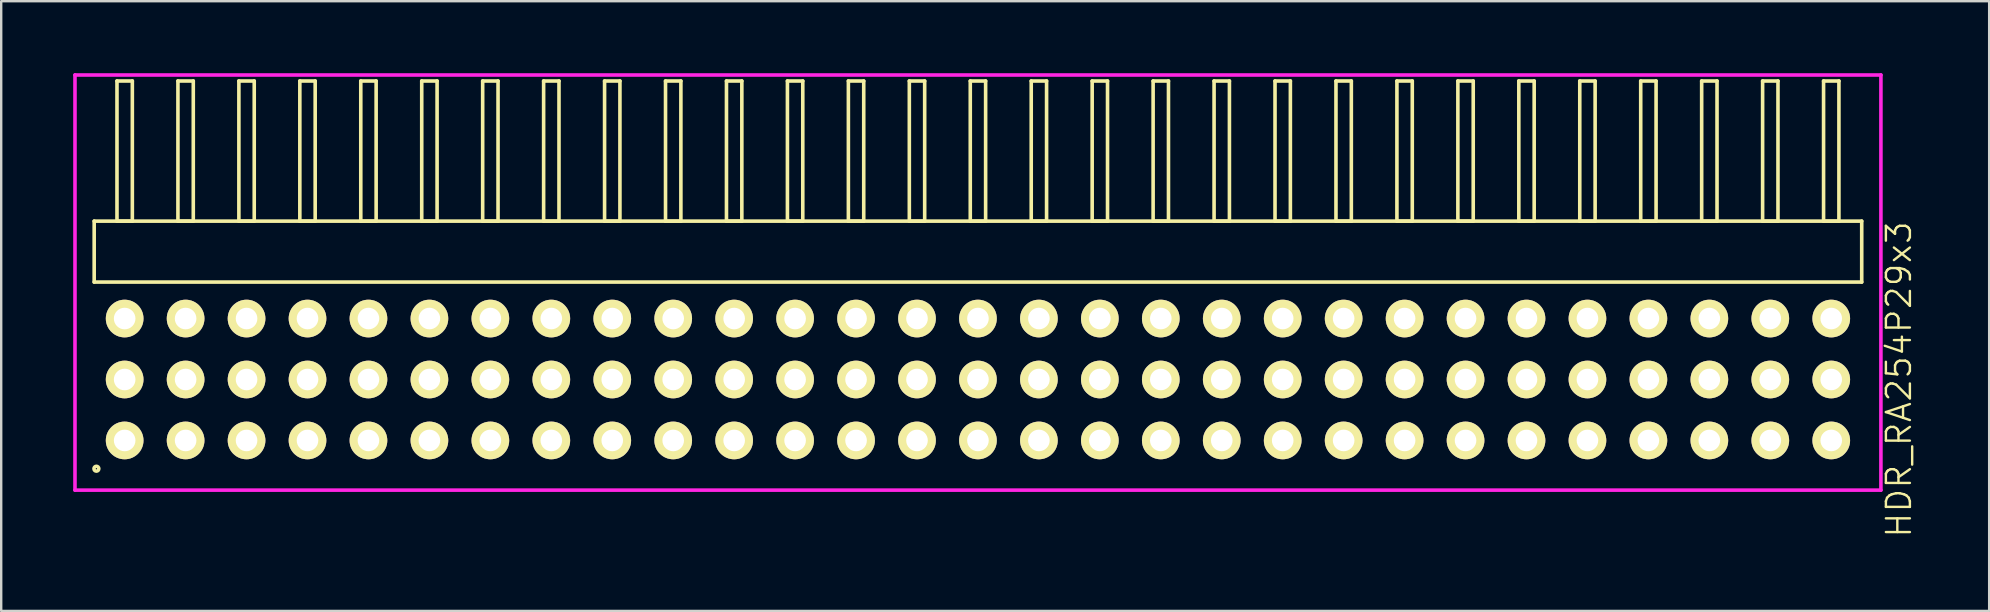
<source format=kicad_pcb>
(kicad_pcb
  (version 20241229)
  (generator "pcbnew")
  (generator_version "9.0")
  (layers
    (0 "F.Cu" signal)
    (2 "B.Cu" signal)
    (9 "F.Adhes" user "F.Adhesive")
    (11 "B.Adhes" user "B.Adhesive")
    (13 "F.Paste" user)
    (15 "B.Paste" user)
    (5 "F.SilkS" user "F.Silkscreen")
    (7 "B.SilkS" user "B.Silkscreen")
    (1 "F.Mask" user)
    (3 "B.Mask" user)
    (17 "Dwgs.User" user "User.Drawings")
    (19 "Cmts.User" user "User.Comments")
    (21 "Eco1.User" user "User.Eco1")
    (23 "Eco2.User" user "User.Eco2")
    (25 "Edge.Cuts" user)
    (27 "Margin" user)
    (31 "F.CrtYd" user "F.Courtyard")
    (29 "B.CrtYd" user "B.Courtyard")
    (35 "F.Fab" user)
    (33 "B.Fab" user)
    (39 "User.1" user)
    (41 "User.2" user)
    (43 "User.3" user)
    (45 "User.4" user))
  (footprint "HDR_RA254P29x3"
    (layer "F.Cu")
    (at 37.705 12.765)
    (property "Reference" "HDR_RA254P29x3" (at 38.38 0 90) (layer "F.SilkS") (effects (font (size 1 1) (thickness 0.1))))
    (attr through_hole)
    (fp_line (start -36.83 -6.6) (end -36.83 -4.06) (stroke (width 0.15) (type solid)) (layer "F.SilkS"))
    (fp_line (start -36.83 -4.06) (end 36.83 -4.06) (stroke (width 0.15) (type solid)) (layer "F.SilkS"))
    (fp_line (start -35.88 -12.44) (end -35.88 -6.6) (stroke (width 0.15) (type solid)) (layer "F.SilkS"))
    (fp_line (start -35.88 -6.6) (end -35.24 -6.6) (stroke (width 0.15) (type solid)) (layer "F.SilkS"))
    (fp_line (start -35.24 -12.44) (end -35.88 -12.44) (stroke (width 0.15) (type solid)) (layer "F.SilkS"))
    (fp_line (start -35.24 -6.6) (end -35.24 -12.44) (stroke (width 0.15) (type solid)) (layer "F.SilkS"))
    (fp_line (start -33.34 -12.44) (end -33.34 -6.6) (stroke (width 0.15) (type solid)) (layer "F.SilkS"))
    (fp_line (start -33.34 -6.6) (end -32.7 -6.6) (stroke (width 0.15) (type solid)) (layer "F.SilkS"))
    (fp_line (start -32.7 -12.44) (end -33.34 -12.44) (stroke (width 0.15) (type solid)) (layer "F.SilkS"))
    (fp_line (start -32.7 -6.6) (end -32.7 -12.44) (stroke (width 0.15) (type solid)) (layer "F.SilkS"))
    (fp_line (start -30.8 -12.44) (end -30.8 -6.6) (stroke (width 0.15) (type solid)) (layer "F.SilkS"))
    (fp_line (start -30.8 -6.6) (end -30.16 -6.6) (stroke (width 0.15) (type solid)) (layer "F.SilkS"))
    (fp_line (start -30.16 -12.44) (end -30.8 -12.44) (stroke (width 0.15) (type solid)) (layer "F.SilkS"))
    (fp_line (start -30.16 -6.6) (end -30.16 -12.44) (stroke (width 0.15) (type solid)) (layer "F.SilkS"))
    (fp_line (start -28.26 -12.44) (end -28.26 -6.6) (stroke (width 0.15) (type solid)) (layer "F.SilkS"))
    (fp_line (start -28.26 -6.6) (end -27.62 -6.6) (stroke (width 0.15) (type solid)) (layer "F.SilkS"))
    (fp_line (start -27.62 -12.44) (end -28.26 -12.44) (stroke (width 0.15) (type solid)) (layer "F.SilkS"))
    (fp_line (start -27.62 -6.6) (end -27.62 -12.44) (stroke (width 0.15) (type solid)) (layer "F.SilkS"))
    (fp_line (start -25.72 -12.44) (end -25.72 -6.6) (stroke (width 0.15) (type solid)) (layer "F.SilkS"))
    (fp_line (start -25.72 -6.6) (end -25.08 -6.6) (stroke (width 0.15) (type solid)) (layer "F.SilkS"))
    (fp_line (start -25.08 -12.44) (end -25.72 -12.44) (stroke (width 0.15) (type solid)) (layer "F.SilkS"))
    (fp_line (start -25.08 -6.6) (end -25.08 -12.44) (stroke (width 0.15) (type solid)) (layer "F.SilkS"))
    (fp_line (start -23.18 -12.44) (end -23.18 -6.6) (stroke (width 0.15) (type solid)) (layer "F.SilkS"))
    (fp_line (start -23.18 -6.6) (end -22.54 -6.6) (stroke (width 0.15) (type solid)) (layer "F.SilkS"))
    (fp_line (start -22.54 -12.44) (end -23.18 -12.44) (stroke (width 0.15) (type solid)) (layer "F.SilkS"))
    (fp_line (start -22.54 -6.6) (end -22.54 -12.44) (stroke (width 0.15) (type solid)) (layer "F.SilkS"))
    (fp_line (start -20.64 -12.44) (end -20.64 -6.6) (stroke (width 0.15) (type solid)) (layer "F.SilkS"))
    (fp_line (start -20.64 -6.6) (end -20 -6.6) (stroke (width 0.15) (type solid)) (layer "F.SilkS"))
    (fp_line (start -20 -12.44) (end -20.64 -12.44) (stroke (width 0.15) (type solid)) (layer "F.SilkS"))
    (fp_line (start -20 -6.6) (end -20 -12.44) (stroke (width 0.15) (type solid)) (layer "F.SilkS"))
    (fp_line (start -18.1 -12.44) (end -18.1 -6.6) (stroke (width 0.15) (type solid)) (layer "F.SilkS"))
    (fp_line (start -18.1 -6.6) (end -17.46 -6.6) (stroke (width 0.15) (type solid)) (layer "F.SilkS"))
    (fp_line (start -17.46 -12.44) (end -18.1 -12.44) (stroke (width 0.15) (type solid)) (layer "F.SilkS"))
    (fp_line (start -17.46 -6.6) (end -17.46 -12.44) (stroke (width 0.15) (type solid)) (layer "F.SilkS"))
    (fp_line (start -15.56 -12.44) (end -15.56 -6.6) (stroke (width 0.15) (type solid)) (layer "F.SilkS"))
    (fp_line (start -15.56 -6.6) (end -14.92 -6.6) (stroke (width 0.15) (type solid)) (layer "F.SilkS"))
    (fp_line (start -14.92 -12.44) (end -15.56 -12.44) (stroke (width 0.15) (type solid)) (layer "F.SilkS"))
    (fp_line (start -14.92 -6.6) (end -14.92 -12.44) (stroke (width 0.15) (type solid)) (layer "F.SilkS"))
    (fp_line (start -13.02 -12.44) (end -13.02 -6.6) (stroke (width 0.15) (type solid)) (layer "F.SilkS"))
    (fp_line (start -13.02 -6.6) (end -12.38 -6.6) (stroke (width 0.15) (type solid)) (layer "F.SilkS"))
    (fp_line (start -12.38 -12.44) (end -13.02 -12.44) (stroke (width 0.15) (type solid)) (layer "F.SilkS"))
    (fp_line (start -12.38 -6.6) (end -12.38 -12.44) (stroke (width 0.15) (type solid)) (layer "F.SilkS"))
    (fp_line (start -10.48 -12.44) (end -10.48 -6.6) (stroke (width 0.15) (type solid)) (layer "F.SilkS"))
    (fp_line (start -10.48 -6.6) (end -9.84 -6.6) (stroke (width 0.15) (type solid)) (layer "F.SilkS"))
    (fp_line (start -9.84 -12.44) (end -10.48 -12.44) (stroke (width 0.15) (type solid)) (layer "F.SilkS"))
    (fp_line (start -9.84 -6.6) (end -9.84 -12.44) (stroke (width 0.15) (type solid)) (layer "F.SilkS"))
    (fp_line (start -7.94 -12.44) (end -7.94 -6.6) (stroke (width 0.15) (type solid)) (layer "F.SilkS"))
    (fp_line (start -7.94 -6.6) (end -7.3 -6.6) (stroke (width 0.15) (type solid)) (layer "F.SilkS"))
    (fp_line (start -7.3 -12.44) (end -7.94 -12.44) (stroke (width 0.15) (type solid)) (layer "F.SilkS"))
    (fp_line (start -7.3 -6.6) (end -7.3 -12.44) (stroke (width 0.15) (type solid)) (layer "F.SilkS"))
    (fp_line (start -5.4 -12.44) (end -5.4 -6.6) (stroke (width 0.15) (type solid)) (layer "F.SilkS"))
    (fp_line (start -5.4 -6.6) (end -4.76 -6.6) (stroke (width 0.15) (type solid)) (layer "F.SilkS"))
    (fp_line (start -4.76 -12.44) (end -5.4 -12.44) (stroke (width 0.15) (type solid)) (layer "F.SilkS"))
    (fp_line (start -4.76 -6.6) (end -4.76 -12.44) (stroke (width 0.15) (type solid)) (layer "F.SilkS"))
    (fp_line (start -2.86 -12.44) (end -2.86 -6.6) (stroke (width 0.15) (type solid)) (layer "F.SilkS"))
    (fp_line (start -2.86 -6.6) (end -2.22 -6.6) (stroke (width 0.15) (type solid)) (layer "F.SilkS"))
    (fp_line (start -2.22 -12.44) (end -2.86 -12.44) (stroke (width 0.15) (type solid)) (layer "F.SilkS"))
    (fp_line (start -2.22 -6.6) (end -2.22 -12.44) (stroke (width 0.15) (type solid)) (layer "F.SilkS"))
    (fp_line (start -0.32 -12.44) (end -0.32 -6.6) (stroke (width 0.15) (type solid)) (layer "F.SilkS"))
    (fp_line (start -0.32 -6.6) (end 0.32 -6.6) (stroke (width 0.15) (type solid)) (layer "F.SilkS"))
    (fp_line (start 0.32 -12.44) (end -0.32 -12.44) (stroke (width 0.15) (type solid)) (layer "F.SilkS"))
    (fp_line (start 0.32 -6.6) (end 0.32 -12.44) (stroke (width 0.15) (type solid)) (layer "F.SilkS"))
    (fp_line (start 2.22 -12.44) (end 2.22 -6.6) (stroke (width 0.15) (type solid)) (layer "F.SilkS"))
    (fp_line (start 2.22 -6.6) (end 2.86 -6.6) (stroke (width 0.15) (type solid)) (layer "F.SilkS"))
    (fp_line (start 2.86 -12.44) (end 2.22 -12.44) (stroke (width 0.15) (type solid)) (layer "F.SilkS"))
    (fp_line (start 2.86 -6.6) (end 2.86 -12.44) (stroke (width 0.15) (type solid)) (layer "F.SilkS"))
    (fp_line (start 4.76 -12.44) (end 4.76 -6.6) (stroke (width 0.15) (type solid)) (layer "F.SilkS"))
    (fp_line (start 4.76 -6.6) (end 5.4 -6.6) (stroke (width 0.15) (type solid)) (layer "F.SilkS"))
    (fp_line (start 5.4 -12.44) (end 4.76 -12.44) (stroke (width 0.15) (type solid)) (layer "F.SilkS"))
    (fp_line (start 5.4 -6.6) (end 5.4 -12.44) (stroke (width 0.15) (type solid)) (layer "F.SilkS"))
    (fp_line (start 7.3 -12.44) (end 7.3 -6.6) (stroke (width 0.15) (type solid)) (layer "F.SilkS"))
    (fp_line (start 7.3 -6.6) (end 7.94 -6.6) (stroke (width 0.15) (type solid)) (layer "F.SilkS"))
    (fp_line (start 7.94 -12.44) (end 7.3 -12.44) (stroke (width 0.15) (type solid)) (layer "F.SilkS"))
    (fp_line (start 7.94 -6.6) (end 7.94 -12.44) (stroke (width 0.15) (type solid)) (layer "F.SilkS"))
    (fp_line (start 9.84 -12.44) (end 9.84 -6.6) (stroke (width 0.15) (type solid)) (layer "F.SilkS"))
    (fp_line (start 9.84 -6.6) (end 10.48 -6.6) (stroke (width 0.15) (type solid)) (layer "F.SilkS"))
    (fp_line (start 10.48 -12.44) (end 9.84 -12.44) (stroke (width 0.15) (type solid)) (layer "F.SilkS"))
    (fp_line (start 10.48 -6.6) (end 10.48 -12.44) (stroke (width 0.15) (type solid)) (layer "F.SilkS"))
    (fp_line (start 12.38 -12.44) (end 12.38 -6.6) (stroke (width 0.15) (type solid)) (layer "F.SilkS"))
    (fp_line (start 12.38 -6.6) (end 13.02 -6.6) (stroke (width 0.15) (type solid)) (layer "F.SilkS"))
    (fp_line (start 13.02 -12.44) (end 12.38 -12.44) (stroke (width 0.15) (type solid)) (layer "F.SilkS"))
    (fp_line (start 13.02 -6.6) (end 13.02 -12.44) (stroke (width 0.15) (type solid)) (layer "F.SilkS"))
    (fp_line (start 14.92 -12.44) (end 14.92 -6.6) (stroke (width 0.15) (type solid)) (layer "F.SilkS"))
    (fp_line (start 14.92 -6.6) (end 15.56 -6.6) (stroke (width 0.15) (type solid)) (layer "F.SilkS"))
    (fp_line (start 15.56 -12.44) (end 14.92 -12.44) (stroke (width 0.15) (type solid)) (layer "F.SilkS"))
    (fp_line (start 15.56 -6.6) (end 15.56 -12.44) (stroke (width 0.15) (type solid)) (layer "F.SilkS"))
    (fp_line (start 17.46 -12.44) (end 17.46 -6.6) (stroke (width 0.15) (type solid)) (layer "F.SilkS"))
    (fp_line (start 17.46 -6.6) (end 18.1 -6.6) (stroke (width 0.15) (type solid)) (layer "F.SilkS"))
    (fp_line (start 18.1 -12.44) (end 17.46 -12.44) (stroke (width 0.15) (type solid)) (layer "F.SilkS"))
    (fp_line (start 18.1 -6.6) (end 18.1 -12.44) (stroke (width 0.15) (type solid)) (layer "F.SilkS"))
    (fp_line (start 20 -12.44) (end 20 -6.6) (stroke (width 0.15) (type solid)) (layer "F.SilkS"))
    (fp_line (start 20 -6.6) (end 20.64 -6.6) (stroke (width 0.15) (type solid)) (layer "F.SilkS"))
    (fp_line (start 20.64 -12.44) (end 20 -12.44) (stroke (width 0.15) (type solid)) (layer "F.SilkS"))
    (fp_line (start 20.64 -6.6) (end 20.64 -12.44) (stroke (width 0.15) (type solid)) (layer "F.SilkS"))
    (fp_line (start 22.54 -12.44) (end 22.54 -6.6) (stroke (width 0.15) (type solid)) (layer "F.SilkS"))
    (fp_line (start 22.54 -6.6) (end 23.18 -6.6) (stroke (width 0.15) (type solid)) (layer "F.SilkS"))
    (fp_line (start 23.18 -12.44) (end 22.54 -12.44) (stroke (width 0.15) (type solid)) (layer "F.SilkS"))
    (fp_line (start 23.18 -6.6) (end 23.18 -12.44) (stroke (width 0.15) (type solid)) (layer "F.SilkS"))
    (fp_line (start 25.08 -12.44) (end 25.08 -6.6) (stroke (width 0.15) (type solid)) (layer "F.SilkS"))
    (fp_line (start 25.08 -6.6) (end 25.72 -6.6) (stroke (width 0.15) (type solid)) (layer "F.SilkS"))
    (fp_line (start 25.72 -12.44) (end 25.08 -12.44) (stroke (width 0.15) (type solid)) (layer "F.SilkS"))
    (fp_line (start 25.72 -6.6) (end 25.72 -12.44) (stroke (width 0.15) (type solid)) (layer "F.SilkS"))
    (fp_line (start 27.62 -12.44) (end 27.62 -6.6) (stroke (width 0.15) (type solid)) (layer "F.SilkS"))
    (fp_line (start 27.62 -6.6) (end 28.26 -6.6) (stroke (width 0.15) (type solid)) (layer "F.SilkS"))
    (fp_line (start 28.26 -12.44) (end 27.62 -12.44) (stroke (width 0.15) (type solid)) (layer "F.SilkS"))
    (fp_line (start 28.26 -6.6) (end 28.26 -12.44) (stroke (width 0.15) (type solid)) (layer "F.SilkS"))
    (fp_line (start 30.16 -12.44) (end 30.16 -6.6) (stroke (width 0.15) (type solid)) (layer "F.SilkS"))
    (fp_line (start 30.16 -6.6) (end 30.8 -6.6) (stroke (width 0.15) (type solid)) (layer "F.SilkS"))
    (fp_line (start 30.8 -12.44) (end 30.16 -12.44) (stroke (width 0.15) (type solid)) (layer "F.SilkS"))
    (fp_line (start 30.8 -6.6) (end 30.8 -12.44) (stroke (width 0.15) (type solid)) (layer "F.SilkS"))
    (fp_line (start 32.7 -12.44) (end 32.7 -6.6) (stroke (width 0.15) (type solid)) (layer "F.SilkS"))
    (fp_line (start 32.7 -6.6) (end 33.34 -6.6) (stroke (width 0.15) (type solid)) (layer "F.SilkS"))
    (fp_line (start 33.34 -12.44) (end 32.7 -12.44) (stroke (width 0.15) (type solid)) (layer "F.SilkS"))
    (fp_line (start 33.34 -6.6) (end 33.34 -12.44) (stroke (width 0.15) (type solid)) (layer "F.SilkS"))
    (fp_line (start 35.24 -12.44) (end 35.24 -6.6) (stroke (width 0.15) (type solid)) (layer "F.SilkS"))
    (fp_line (start 35.24 -6.6) (end 35.88 -6.6) (stroke (width 0.15) (type solid)) (layer "F.SilkS"))
    (fp_line (start 35.88 -12.44) (end 35.24 -12.44) (stroke (width 0.15) (type solid)) (layer "F.SilkS"))
    (fp_line (start 35.88 -6.6) (end 35.88 -12.44) (stroke (width 0.15) (type solid)) (layer "F.SilkS"))
    (fp_line (start 36.83 -6.6) (end -36.83 -6.6) (stroke (width 0.15) (type solid)) (layer "F.SilkS"))
    (fp_line (start 36.83 -4.06) (end 36.83 -6.6) (stroke (width 0.15) (type solid)) (layer "F.SilkS"))
    (fp_circle (center -36.738 3.718) (end -36.637 3.718) (stroke (width 0.15) (type solid)) (fill no) (layer "F.SilkS"))
    (fp_line (start -37.63 -12.69) (end -37.63 4.61) (stroke (width 0.15) (type solid)) (layer "F.CrtYd"))
    (fp_line (start -37.63 4.61) (end 37.63 4.61) (stroke (width 0.15) (type solid)) (layer "F.CrtYd"))
    (fp_line (start 37.63 -12.69) (end -37.63 -12.69) (stroke (width 0.15) (type solid)) (layer "F.CrtYd"))
    (fp_line (start 37.63 4.61) (end 37.63 -12.69) (stroke (width 0.15) (type solid)) (layer "F.CrtYd"))
    (pad "1" thru_hole oval (at -35.56 2.54) (size 1.57 1.57) (drill 0.9) (layers "*.Cu" "*.Mask" "F.SilkS"))
    (pad "2" thru_hole oval (at -35.56 0) (size 1.57 1.57) (drill 0.9) (layers "*.Cu" "*.Mask" "F.SilkS"))
    (pad "3" thru_hole oval (at -35.56 -2.54) (size 1.57 1.57) (drill 0.9) (layers "*.Cu" "*.Mask" "F.SilkS"))
    (pad "4" thru_hole oval (at -33.02 2.54) (size 1.57 1.57) (drill 0.9) (layers "*.Cu" "*.Mask" "F.SilkS"))
    (pad "5" thru_hole oval (at -33.02 0) (size 1.57 1.57) (drill 0.9) (layers "*.Cu" "*.Mask" "F.SilkS"))
    (pad "6" thru_hole oval (at -33.02 -2.54) (size 1.57 1.57) (drill 0.9) (layers "*.Cu" "*.Mask" "F.SilkS"))
    (pad "7" thru_hole oval (at -30.48 2.54) (size 1.57 1.57) (drill 0.9) (layers "*.Cu" "*.Mask" "F.SilkS"))
    (pad "8" thru_hole oval (at -30.48 0) (size 1.57 1.57) (drill 0.9) (layers "*.Cu" "*.Mask" "F.SilkS"))
    (pad "9" thru_hole oval (at -30.48 -2.54) (size 1.57 1.57) (drill 0.9) (layers "*.Cu" "*.Mask" "F.SilkS"))
    (pad "10" thru_hole oval (at -27.94 2.54) (size 1.57 1.57) (drill 0.9) (layers "*.Cu" "*.Mask" "F.SilkS"))
    (pad "11" thru_hole oval (at -27.94 0) (size 1.57 1.57) (drill 0.9) (layers "*.Cu" "*.Mask" "F.SilkS"))
    (pad "12" thru_hole oval (at -27.94 -2.54) (size 1.57 1.57) (drill 0.9) (layers "*.Cu" "*.Mask" "F.SilkS"))
    (pad "13" thru_hole oval (at -25.4 2.54) (size 1.57 1.57) (drill 0.9) (layers "*.Cu" "*.Mask" "F.SilkS"))
    (pad "14" thru_hole oval (at -25.4 0) (size 1.57 1.57) (drill 0.9) (layers "*.Cu" "*.Mask" "F.SilkS"))
    (pad "15" thru_hole oval (at -25.4 -2.54) (size 1.57 1.57) (drill 0.9) (layers "*.Cu" "*.Mask" "F.SilkS"))
    (pad "16" thru_hole oval (at -22.86 2.54) (size 1.57 1.57) (drill 0.9) (layers "*.Cu" "*.Mask" "F.SilkS"))
    (pad "17" thru_hole oval (at -22.86 0) (size 1.57 1.57) (drill 0.9) (layers "*.Cu" "*.Mask" "F.SilkS"))
    (pad "18" thru_hole oval (at -22.86 -2.54) (size 1.57 1.57) (drill 0.9) (layers "*.Cu" "*.Mask" "F.SilkS"))
    (pad "19" thru_hole oval (at -20.32 2.54) (size 1.57 1.57) (drill 0.9) (layers "*.Cu" "*.Mask" "F.SilkS"))
    (pad "20" thru_hole oval (at -20.32 0) (size 1.57 1.57) (drill 0.9) (layers "*.Cu" "*.Mask" "F.SilkS"))
    (pad "21" thru_hole oval (at -20.32 -2.54) (size 1.57 1.57) (drill 0.9) (layers "*.Cu" "*.Mask" "F.SilkS"))
    (pad "22" thru_hole oval (at -17.78 2.54) (size 1.57 1.57) (drill 0.9) (layers "*.Cu" "*.Mask" "F.SilkS"))
    (pad "23" thru_hole oval (at -17.78 0) (size 1.57 1.57) (drill 0.9) (layers "*.Cu" "*.Mask" "F.SilkS"))
    (pad "24" thru_hole oval (at -17.78 -2.54) (size 1.57 1.57) (drill 0.9) (layers "*.Cu" "*.Mask" "F.SilkS"))
    (pad "25" thru_hole oval (at -15.24 2.54) (size 1.57 1.57) (drill 0.9) (layers "*.Cu" "*.Mask" "F.SilkS"))
    (pad "26" thru_hole oval (at -15.24 0) (size 1.57 1.57) (drill 0.9) (layers "*.Cu" "*.Mask" "F.SilkS"))
    (pad "27" thru_hole oval (at -15.24 -2.54) (size 1.57 1.57) (drill 0.9) (layers "*.Cu" "*.Mask" "F.SilkS"))
    (pad "28" thru_hole oval (at -12.7 2.54) (size 1.57 1.57) (drill 0.9) (layers "*.Cu" "*.Mask" "F.SilkS"))
    (pad "29" thru_hole oval (at -12.7 0) (size 1.57 1.57) (drill 0.9) (layers "*.Cu" "*.Mask" "F.SilkS"))
    (pad "30" thru_hole oval (at -12.7 -2.54) (size 1.57 1.57) (drill 0.9) (layers "*.Cu" "*.Mask" "F.SilkS"))
    (pad "31" thru_hole oval (at -10.16 2.54) (size 1.57 1.57) (drill 0.9) (layers "*.Cu" "*.Mask" "F.SilkS"))
    (pad "32" thru_hole oval (at -10.16 0) (size 1.57 1.57) (drill 0.9) (layers "*.Cu" "*.Mask" "F.SilkS"))
    (pad "33" thru_hole oval (at -10.16 -2.54) (size 1.57 1.57) (drill 0.9) (layers "*.Cu" "*.Mask" "F.SilkS"))
    (pad "34" thru_hole oval (at -7.62 2.54) (size 1.57 1.57) (drill 0.9) (layers "*.Cu" "*.Mask" "F.SilkS"))
    (pad "35" thru_hole oval (at -7.62 0) (size 1.57 1.57) (drill 0.9) (layers "*.Cu" "*.Mask" "F.SilkS"))
    (pad "36" thru_hole oval (at -7.62 -2.54) (size 1.57 1.57) (drill 0.9) (layers "*.Cu" "*.Mask" "F.SilkS"))
    (pad "37" thru_hole oval (at -5.08 2.54) (size 1.57 1.57) (drill 0.9) (layers "*.Cu" "*.Mask" "F.SilkS"))
    (pad "38" thru_hole oval (at -5.08 0) (size 1.57 1.57) (drill 0.9) (layers "*.Cu" "*.Mask" "F.SilkS"))
    (pad "39" thru_hole oval (at -5.08 -2.54) (size 1.57 1.57) (drill 0.9) (layers "*.Cu" "*.Mask" "F.SilkS"))
    (pad "40" thru_hole oval (at -2.54 2.54) (size 1.57 1.57) (drill 0.9) (layers "*.Cu" "*.Mask" "F.SilkS"))
    (pad "41" thru_hole oval (at -2.54 0) (size 1.57 1.57) (drill 0.9) (layers "*.Cu" "*.Mask" "F.SilkS"))
    (pad "42" thru_hole oval (at -2.54 -2.54) (size 1.57 1.57) (drill 0.9) (layers "*.Cu" "*.Mask" "F.SilkS"))
    (pad "43" thru_hole oval (at 0 2.54) (size 1.57 1.57) (drill 0.9) (layers "*.Cu" "*.Mask" "F.SilkS"))
    (pad "44" thru_hole oval (at 0 0) (size 1.57 1.57) (drill 0.9) (layers "*.Cu" "*.Mask" "F.SilkS"))
    (pad "45" thru_hole oval (at 0 -2.54) (size 1.57 1.57) (drill 0.9) (layers "*.Cu" "*.Mask" "F.SilkS"))
    (pad "46" thru_hole oval (at 2.54 2.54) (size 1.57 1.57) (drill 0.9) (layers "*.Cu" "*.Mask" "F.SilkS"))
    (pad "47" thru_hole oval (at 2.54 0) (size 1.57 1.57) (drill 0.9) (layers "*.Cu" "*.Mask" "F.SilkS"))
    (pad "48" thru_hole oval (at 2.54 -2.54) (size 1.57 1.57) (drill 0.9) (layers "*.Cu" "*.Mask" "F.SilkS"))
    (pad "49" thru_hole oval (at 5.08 2.54) (size 1.57 1.57) (drill 0.9) (layers "*.Cu" "*.Mask" "F.SilkS"))
    (pad "50" thru_hole oval (at 5.08 0) (size 1.57 1.57) (drill 0.9) (layers "*.Cu" "*.Mask" "F.SilkS"))
    (pad "51" thru_hole oval (at 5.08 -2.54) (size 1.57 1.57) (drill 0.9) (layers "*.Cu" "*.Mask" "F.SilkS"))
    (pad "52" thru_hole oval (at 7.62 2.54) (size 1.57 1.57) (drill 0.9) (layers "*.Cu" "*.Mask" "F.SilkS"))
    (pad "53" thru_hole oval (at 7.62 0) (size 1.57 1.57) (drill 0.9) (layers "*.Cu" "*.Mask" "F.SilkS"))
    (pad "54" thru_hole oval (at 7.62 -2.54) (size 1.57 1.57) (drill 0.9) (layers "*.Cu" "*.Mask" "F.SilkS"))
    (pad "55" thru_hole oval (at 10.16 2.54) (size 1.57 1.57) (drill 0.9) (layers "*.Cu" "*.Mask" "F.SilkS"))
    (pad "56" thru_hole oval (at 10.16 0) (size 1.57 1.57) (drill 0.9) (layers "*.Cu" "*.Mask" "F.SilkS"))
    (pad "57" thru_hole oval (at 10.16 -2.54) (size 1.57 1.57) (drill 0.9) (layers "*.Cu" "*.Mask" "F.SilkS"))
    (pad "58" thru_hole oval (at 12.7 2.54) (size 1.57 1.57) (drill 0.9) (layers "*.Cu" "*.Mask" "F.SilkS"))
    (pad "59" thru_hole oval (at 12.7 0) (size 1.57 1.57) (drill 0.9) (layers "*.Cu" "*.Mask" "F.SilkS"))
    (pad "60" thru_hole oval (at 12.7 -2.54) (size 1.57 1.57) (drill 0.9) (layers "*.Cu" "*.Mask" "F.SilkS"))
    (pad "61" thru_hole oval (at 15.24 2.54) (size 1.57 1.57) (drill 0.9) (layers "*.Cu" "*.Mask" "F.SilkS"))
    (pad "62" thru_hole oval (at 15.24 0) (size 1.57 1.57) (drill 0.9) (layers "*.Cu" "*.Mask" "F.SilkS"))
    (pad "63" thru_hole oval (at 15.24 -2.54) (size 1.57 1.57) (drill 0.9) (layers "*.Cu" "*.Mask" "F.SilkS"))
    (pad "64" thru_hole oval (at 17.78 2.54) (size 1.57 1.57) (drill 0.9) (layers "*.Cu" "*.Mask" "F.SilkS"))
    (pad "65" thru_hole oval (at 17.78 0) (size 1.57 1.57) (drill 0.9) (layers "*.Cu" "*.Mask" "F.SilkS"))
    (pad "66" thru_hole oval (at 17.78 -2.54) (size 1.57 1.57) (drill 0.9) (layers "*.Cu" "*.Mask" "F.SilkS"))
    (pad "67" thru_hole oval (at 20.32 2.54) (size 1.57 1.57) (drill 0.9) (layers "*.Cu" "*.Mask" "F.SilkS"))
    (pad "68" thru_hole oval (at 20.32 0) (size 1.57 1.57) (drill 0.9) (layers "*.Cu" "*.Mask" "F.SilkS"))
    (pad "69" thru_hole oval (at 20.32 -2.54) (size 1.57 1.57) (drill 0.9) (layers "*.Cu" "*.Mask" "F.SilkS"))
    (pad "70" thru_hole oval (at 22.86 2.54) (size 1.57 1.57) (drill 0.9) (layers "*.Cu" "*.Mask" "F.SilkS"))
    (pad "71" thru_hole oval (at 22.86 0) (size 1.57 1.57) (drill 0.9) (layers "*.Cu" "*.Mask" "F.SilkS"))
    (pad "72" thru_hole oval (at 22.86 -2.54) (size 1.57 1.57) (drill 0.9) (layers "*.Cu" "*.Mask" "F.SilkS"))
    (pad "73" thru_hole oval (at 25.4 2.54) (size 1.57 1.57) (drill 0.9) (layers "*.Cu" "*.Mask" "F.SilkS"))
    (pad "74" thru_hole oval (at 25.4 0) (size 1.57 1.57) (drill 0.9) (layers "*.Cu" "*.Mask" "F.SilkS"))
    (pad "75" thru_hole oval (at 25.4 -2.54) (size 1.57 1.57) (drill 0.9) (layers "*.Cu" "*.Mask" "F.SilkS"))
    (pad "76" thru_hole oval (at 27.94 2.54) (size 1.57 1.57) (drill 0.9) (layers "*.Cu" "*.Mask" "F.SilkS"))
    (pad "77" thru_hole oval (at 27.94 0) (size 1.57 1.57) (drill 0.9) (layers "*.Cu" "*.Mask" "F.SilkS"))
    (pad "78" thru_hole oval (at 27.94 -2.54) (size 1.57 1.57) (drill 0.9) (layers "*.Cu" "*.Mask" "F.SilkS"))
    (pad "79" thru_hole oval (at 30.48 2.54) (size 1.57 1.57) (drill 0.9) (layers "*.Cu" "*.Mask" "F.SilkS"))
    (pad "80" thru_hole oval (at 30.48 0) (size 1.57 1.57) (drill 0.9) (layers "*.Cu" "*.Mask" "F.SilkS"))
    (pad "81" thru_hole oval (at 30.48 -2.54) (size 1.57 1.57) (drill 0.9) (layers "*.Cu" "*.Mask" "F.SilkS"))
    (pad "82" thru_hole oval (at 33.02 2.54) (size 1.57 1.57) (drill 0.9) (layers "*.Cu" "*.Mask" "F.SilkS"))
    (pad "83" thru_hole oval (at 33.02 0) (size 1.57 1.57) (drill 0.9) (layers "*.Cu" "*.Mask" "F.SilkS"))
    (pad "84" thru_hole oval (at 33.02 -2.54) (size 1.57 1.57) (drill 0.9) (layers "*.Cu" "*.Mask" "F.SilkS"))
    (pad "85" thru_hole oval (at 35.56 2.54) (size 1.57 1.57) (drill 0.9) (layers "*.Cu" "*.Mask" "F.SilkS"))
    (pad "86" thru_hole oval (at 35.56 0) (size 1.57 1.57) (drill 0.9) (layers "*.Cu" "*.Mask" "F.SilkS"))
    (pad "87" thru_hole oval (at 35.56 -2.54) (size 1.57 1.57) (drill 0.9) (layers "*.Cu" "*.Mask" "F.SilkS")))
  (gr_rect
    (start -3 -3)
    (end 79.846 22.41)
    (stroke (width 0.1) (type default))
    (fill no)
    (layer "Edge.Cuts")))
</source>
